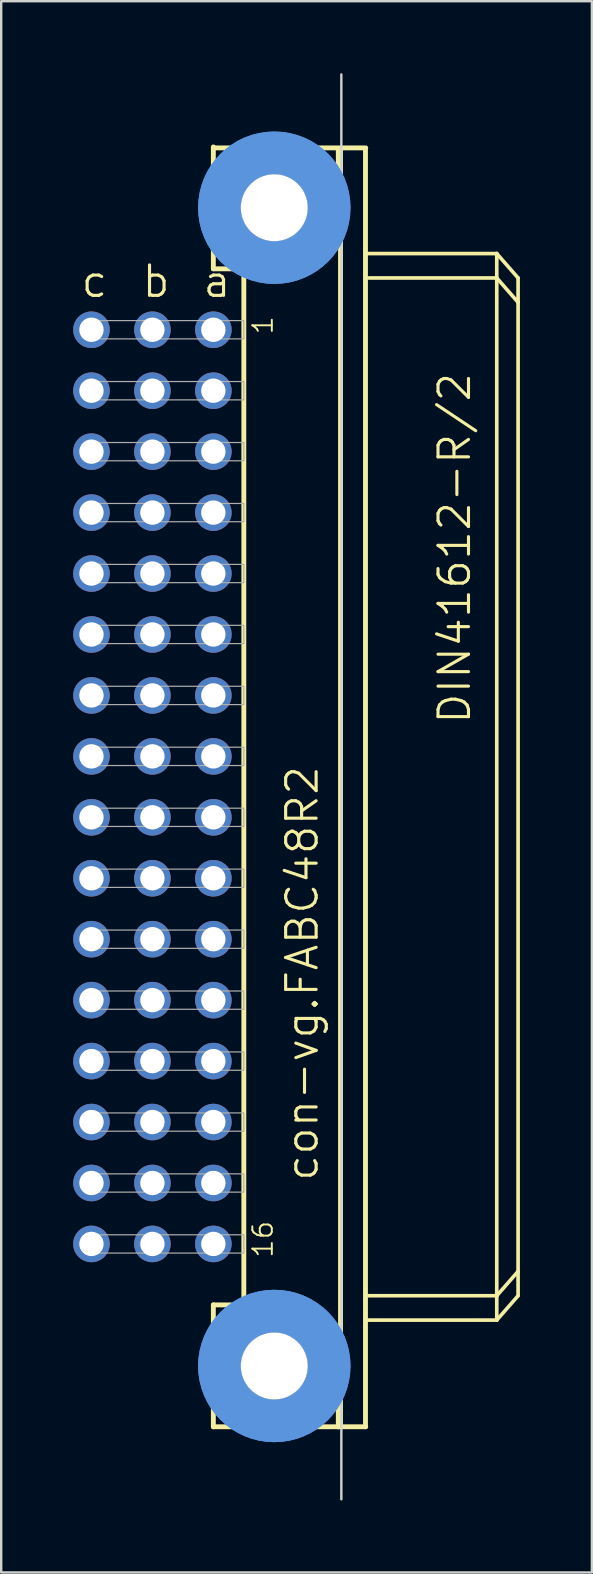
<source format=kicad_pcb>
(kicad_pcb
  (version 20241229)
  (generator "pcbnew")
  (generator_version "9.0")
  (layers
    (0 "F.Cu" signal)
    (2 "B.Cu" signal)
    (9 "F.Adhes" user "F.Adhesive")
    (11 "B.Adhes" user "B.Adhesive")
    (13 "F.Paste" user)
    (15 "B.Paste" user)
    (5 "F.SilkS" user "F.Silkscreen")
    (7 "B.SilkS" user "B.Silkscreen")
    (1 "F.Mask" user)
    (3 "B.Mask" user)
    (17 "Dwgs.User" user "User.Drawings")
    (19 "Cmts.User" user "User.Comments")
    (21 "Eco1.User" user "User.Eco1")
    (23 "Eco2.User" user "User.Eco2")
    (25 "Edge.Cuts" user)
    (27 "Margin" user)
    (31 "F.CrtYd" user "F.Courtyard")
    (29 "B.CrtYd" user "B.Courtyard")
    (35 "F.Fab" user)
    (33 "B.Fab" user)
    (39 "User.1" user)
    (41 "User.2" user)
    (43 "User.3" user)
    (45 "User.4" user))
  (footprint "con-vg.FABC48R2"
    (layer "F.Cu")
    (at 8.382 29.743)
    (property "Reference" "con-vg.FABC48R2" (at 1.905 16.51 90) (layer "F.SilkS") (effects (font (size 1.27 1.27) (thickness 0.13)) (justify left bottom)))
    (attr through_hole)
    (fp_line (start -2.54 -26.67) (end -2.54 -26.63) (stroke (width 0.203) (type default)) (layer "F.SilkS"))
    (fp_line (start -2.54 -26.63) (end -2.54 -21.59) (stroke (width 0.203) (type default)) (layer "F.SilkS"))
    (fp_line (start -2.54 -26.63) (end 3.81 -26.63) (stroke (width 0.203) (type default)) (layer "F.SilkS"))
    (fp_line (start -2.54 -21.59) (end -1.27 -21.59) (stroke (width 0.203) (type default)) (layer "F.SilkS"))
    (fp_line (start -2.54 21.59) (end -1.27 21.59) (stroke (width 0.203) (type default)) (layer "F.SilkS"))
    (fp_line (start -2.54 26.67) (end -2.54 21.59) (stroke (width 0.203) (type default)) (layer "F.SilkS"))
    (fp_line (start -2.54 26.67) (end 2.667 26.67) (stroke (width 0.203) (type default)) (layer "F.SilkS"))
    (fp_line (start -1.27 -21.59) (end -1.27 21.59) (stroke (width 0.203) (type default)) (layer "F.SilkS"))
    (fp_line (start -1.27 -21.59) (end 1.27 -21.59) (stroke (width 0.203) (type default)) (layer "F.SilkS"))
    (fp_line (start -1.27 21.59) (end 1.27 21.59) (stroke (width 0.203) (type default)) (layer "F.SilkS"))
    (fp_line (start 1.27 -21.59) (end 2.667 -22.86) (stroke (width 0.203) (type default)) (layer "F.SilkS"))
    (fp_line (start 1.27 21.59) (end 2.667 22.86) (stroke (width 0.203) (type default)) (layer "F.SilkS"))
    (fp_line (start 2.667 -22.86) (end 2.667 -26.543) (stroke (width 0.203) (type default)) (layer "F.SilkS"))
    (fp_line (start 2.667 22.86) (end 2.667 26.67) (stroke (width 0.203) (type default)) (layer "F.SilkS"))
    (fp_line (start 2.667 26.67) (end 3.81 26.67) (stroke (width 0.203) (type default)) (layer "F.SilkS"))
    (fp_line (start 2.76 -26.54) (end 2.76 26.667) (stroke (width 0.203) (type default)) (layer "F.SilkS"))
    (fp_line (start 3.8 26.667) (end 3.8 -26.54) (stroke (width 0.203) (type default)) (layer "F.SilkS"))
    (fp_line (start 3.81 -22.225) (end 9.271 -22.225) (stroke (width 0.152) (type default)) (layer "F.SilkS"))
    (fp_line (start 3.937 21.209) (end 9.271 21.209) (stroke (width 0.152) (type default)) (layer "F.SilkS"))
    (fp_line (start 9.271 -21.209) (end 3.937 -21.209) (stroke (width 0.152) (type default)) (layer "F.SilkS"))
    (fp_line (start 9.271 -21.209) (end 9.271 -22.225) (stroke (width 0.152) (type default)) (layer "F.SilkS"))
    (fp_line (start 9.271 21.209) (end 9.271 -21.209) (stroke (width 0.152) (type default)) (layer "F.SilkS"))
    (fp_line (start 9.271 21.209) (end 10.16 20.193) (stroke (width 0.152) (type default)) (layer "F.SilkS"))
    (fp_line (start 9.271 22.225) (end 3.81 22.225) (stroke (width 0.152) (type default)) (layer "F.SilkS"))
    (fp_line (start 9.271 22.225) (end 9.271 21.209) (stroke (width 0.152) (type default)) (layer "F.SilkS"))
    (fp_line (start 9.271 22.225) (end 10.16 21.209) (stroke (width 0.152) (type default)) (layer "F.SilkS"))
    (fp_line (start 10.16 -21.209) (end 9.271 -22.225) (stroke (width 0.152) (type default)) (layer "F.SilkS"))
    (fp_line (start 10.16 -20.193) (end 9.271 -21.209) (stroke (width 0.152) (type default)) (layer "F.SilkS"))
    (fp_line (start 10.16 -20.193) (end 10.16 -21.209) (stroke (width 0.152) (type default)) (layer "F.SilkS"))
    (fp_line (start 10.16 20.193) (end 10.16 -20.193) (stroke (width 0.152) (type default)) (layer "F.SilkS"))
    (fp_line (start 10.16 21.209) (end 10.16 20.193) (stroke (width 0.152) (type default)) (layer "F.SilkS"))
    (fp_circle (center 0 -24.136) (end 1.27 -24.136) (stroke (width 0.152) (type default)) (fill no) (layer "F.SilkS"))
    (fp_circle (center 0 24.136) (end 1.27 24.136) (stroke (width 0.152) (type default)) (fill no) (layer "F.SilkS"))
    (fp_circle (center 0 -24.136) (end 2.286 -24.136) (stroke (width 1.778) (type default)) (fill no) (layer "Cmts.User"))
    (fp_circle (center 0 -24.136) (end 2.286 -24.136) (stroke (width 1.778) (type default)) (fill no) (layer "Cmts.User"))
    (fp_circle (center 0 24.136) (end 2.286 24.136) (stroke (width 1.778) (type default)) (fill no) (layer "Cmts.User"))
    (fp_circle (center 0 24.136) (end 2.286 24.136) (stroke (width 1.778) (type default)) (fill no) (layer "Cmts.User"))
    (fp_line (start 2.794 29.693) (end 2.794 -29.693) (stroke (width 0.1) (type default)) (layer "Edge.Cuts"))
    (fp_rect (start -7.874 -18.669) (end -1.27 -19.431) (stroke (width 0.05) (type default)) (fill no) (layer "F.Fab"))
    (fp_rect (start -7.874 -16.129) (end -1.27 -16.891) (stroke (width 0.05) (type default)) (fill no) (layer "F.Fab"))
    (fp_rect (start -7.874 -13.589) (end -1.27 -14.351) (stroke (width 0.05) (type default)) (fill no) (layer "F.Fab"))
    (fp_rect (start -7.874 -11.049) (end -1.27 -11.811) (stroke (width 0.05) (type default)) (fill no) (layer "F.Fab"))
    (fp_rect (start -7.874 -8.509) (end -1.27 -9.271) (stroke (width 0.05) (type default)) (fill no) (layer "F.Fab"))
    (fp_rect (start -7.874 -5.969) (end -1.27 -6.731) (stroke (width 0.05) (type default)) (fill no) (layer "F.Fab"))
    (fp_rect (start -7.874 -3.429) (end -1.27 -4.191) (stroke (width 0.05) (type default)) (fill no) (layer "F.Fab"))
    (fp_rect (start -7.874 -0.889) (end -1.27 -1.651) (stroke (width 0.05) (type default)) (fill no) (layer "F.Fab"))
    (fp_rect (start -7.874 1.651) (end -1.27 0.889) (stroke (width 0.05) (type default)) (fill no) (layer "F.Fab"))
    (fp_rect (start -7.874 4.191) (end -1.27 3.429) (stroke (width 0.05) (type default)) (fill no) (layer "F.Fab"))
    (fp_rect (start -7.874 6.731) (end -1.27 5.969) (stroke (width 0.05) (type default)) (fill no) (layer "F.Fab"))
    (fp_rect (start -7.874 9.271) (end -1.27 8.509) (stroke (width 0.05) (type default)) (fill no) (layer "F.Fab"))
    (fp_rect (start -7.874 11.811) (end -1.27 11.049) (stroke (width 0.05) (type default)) (fill no) (layer "F.Fab"))
    (fp_rect (start -7.874 14.351) (end -1.27 13.589) (stroke (width 0.05) (type default)) (fill no) (layer "F.Fab"))
    (fp_rect (start -7.874 16.891) (end -1.27 16.129) (stroke (width 0.05) (type default)) (fill no) (layer "F.Fab"))
    (fp_rect (start -7.874 19.431) (end -1.27 18.669) (stroke (width 0.05) (type default)) (fill no) (layer "F.Fab"))
    (fp_text user "DIN41612-R/2" (at 8.255 -2.54 90) (layer "F.SilkS") (effects (font (size 1.27 1.27) (thickness 0.13)) (justify left bottom)))
    (fp_text user "c" (at -8.128 -20.32 0) (layer "F.SilkS") (effects (font (size 1.27 1.27) (thickness 0.13)) (justify left bottom)))
    (fp_text user "a" (at -3.048 -20.32 0) (layer "F.SilkS") (effects (font (size 1.27 1.27) (thickness 0.13)) (justify left bottom)))
    (fp_text user "16" (at 0 19.685 90) (layer "F.SilkS") (effects (font (size 0.813 0.813) (thickness 0.08)) (justify left bottom)))
    (fp_text user "b" (at -5.588 -20.32 0) (layer "F.SilkS") (effects (font (size 1.27 1.27) (thickness 0.13)) (justify left bottom)))
    (fp_text user "1" (at 0 -18.796 90) (layer "F.SilkS") (effects (font (size 0.813 0.813) (thickness 0.08)) (justify left bottom)))
    (pad "" np_thru_hole circle (at 0 -24.136) (size 2.794 2.794) (drill 2.794) (layers "*.Cu" "*.Mask"))
    (pad "" np_thru_hole circle (at 0 24.136) (size 2.794 2.794) (drill 2.794) (layers "*.Cu" "*.Mask"))
    (pad "A1" thru_hole circle (at -2.54 -19.05) (size 1.524 1.524) (drill 1.016) (layers "*.Cu" "*.Mask"))
    (pad "A2" thru_hole circle (at -2.54 -16.51) (size 1.524 1.524) (drill 1.016) (layers "*.Cu" "*.Mask"))
    (pad "A3" thru_hole circle (at -2.54 -13.97) (size 1.524 1.524) (drill 1.016) (layers "*.Cu" "*.Mask"))
    (pad "A4" thru_hole circle (at -2.54 -11.43) (size 1.524 1.524) (drill 1.016) (layers "*.Cu" "*.Mask"))
    (pad "A5" thru_hole circle (at -2.54 -8.89) (size 1.524 1.524) (drill 1.016) (layers "*.Cu" "*.Mask"))
    (pad "A6" thru_hole circle (at -2.54 -6.35) (size 1.524 1.524) (drill 1.016) (layers "*.Cu" "*.Mask"))
    (pad "A7" thru_hole circle (at -2.54 -3.81) (size 1.524 1.524) (drill 1.016) (layers "*.Cu" "*.Mask"))
    (pad "A8" thru_hole circle (at -2.54 -1.27) (size 1.524 1.524) (drill 1.016) (layers "*.Cu" "*.Mask"))
    (pad "A9" thru_hole circle (at -2.54 1.27) (size 1.524 1.524) (drill 1.016) (layers "*.Cu" "*.Mask"))
    (pad "A10" thru_hole circle (at -2.54 3.81) (size 1.524 1.524) (drill 1.016) (layers "*.Cu" "*.Mask"))
    (pad "A11" thru_hole circle (at -2.54 6.35) (size 1.524 1.524) (drill 1.016) (layers "*.Cu" "*.Mask"))
    (pad "A12" thru_hole circle (at -2.54 8.89) (size 1.524 1.524) (drill 1.016) (layers "*.Cu" "*.Mask"))
    (pad "A13" thru_hole circle (at -2.54 11.43) (size 1.524 1.524) (drill 1.016) (layers "*.Cu" "*.Mask"))
    (pad "A14" thru_hole circle (at -2.54 13.97) (size 1.524 1.524) (drill 1.016) (layers "*.Cu" "*.Mask"))
    (pad "A15" thru_hole circle (at -2.54 16.51) (size 1.524 1.524) (drill 1.016) (layers "*.Cu" "*.Mask"))
    (pad "A16" thru_hole circle (at -2.54 19.05) (size 1.524 1.524) (drill 1.016) (layers "*.Cu" "*.Mask"))
    (pad "B1" thru_hole circle (at -5.08 -19.05) (size 1.524 1.524) (drill 1.016) (layers "*.Cu" "*.Mask"))
    (pad "B2" thru_hole circle (at -5.08 -16.51) (size 1.524 1.524) (drill 1.016) (layers "*.Cu" "*.Mask"))
    (pad "B3" thru_hole circle (at -5.08 -13.97) (size 1.524 1.524) (drill 1.016) (layers "*.Cu" "*.Mask"))
    (pad "B4" thru_hole circle (at -5.08 -11.43) (size 1.524 1.524) (drill 1.016) (layers "*.Cu" "*.Mask"))
    (pad "B5" thru_hole circle (at -5.08 -8.89) (size 1.524 1.524) (drill 1.016) (layers "*.Cu" "*.Mask"))
    (pad "B6" thru_hole circle (at -5.08 -6.35) (size 1.524 1.524) (drill 1.016) (layers "*.Cu" "*.Mask"))
    (pad "B7" thru_hole circle (at -5.08 -3.81) (size 1.524 1.524) (drill 1.016) (layers "*.Cu" "*.Mask"))
    (pad "B8" thru_hole circle (at -5.08 -1.27) (size 1.524 1.524) (drill 1.016) (layers "*.Cu" "*.Mask"))
    (pad "B9" thru_hole circle (at -5.08 1.27) (size 1.524 1.524) (drill 1.016) (layers "*.Cu" "*.Mask"))
    (pad "B10" thru_hole circle (at -5.08 3.81) (size 1.524 1.524) (drill 1.016) (layers "*.Cu" "*.Mask"))
    (pad "B11" thru_hole circle (at -5.08 6.35) (size 1.524 1.524) (drill 1.016) (layers "*.Cu" "*.Mask"))
    (pad "B12" thru_hole circle (at -5.08 8.89) (size 1.524 1.524) (drill 1.016) (layers "*.Cu" "*.Mask"))
    (pad "B13" thru_hole circle (at -5.08 11.43) (size 1.524 1.524) (drill 1.016) (layers "*.Cu" "*.Mask"))
    (pad "B14" thru_hole circle (at -5.08 13.97) (size 1.524 1.524) (drill 1.016) (layers "*.Cu" "*.Mask"))
    (pad "B15" thru_hole circle (at -5.08 16.51) (size 1.524 1.524) (drill 1.016) (layers "*.Cu" "*.Mask"))
    (pad "B16" thru_hole circle (at -5.08 19.05) (size 1.524 1.524) (drill 1.016) (layers "*.Cu" "*.Mask"))
    (pad "C1" thru_hole circle (at -7.62 -19.05) (size 1.524 1.524) (drill 1.016) (layers "*.Cu" "*.Mask"))
    (pad "C2" thru_hole circle (at -7.62 -16.51) (size 1.524 1.524) (drill 1.016) (layers "*.Cu" "*.Mask"))
    (pad "C3" thru_hole circle (at -7.62 -13.97) (size 1.524 1.524) (drill 1.016) (layers "*.Cu" "*.Mask"))
    (pad "C4" thru_hole circle (at -7.62 -11.43) (size 1.524 1.524) (drill 1.016) (layers "*.Cu" "*.Mask"))
    (pad "C5" thru_hole circle (at -7.62 -8.89) (size 1.524 1.524) (drill 1.016) (layers "*.Cu" "*.Mask"))
    (pad "C6" thru_hole circle (at -7.62 -6.35) (size 1.524 1.524) (drill 1.016) (layers "*.Cu" "*.Mask"))
    (pad "C7" thru_hole circle (at -7.62 -3.81) (size 1.524 1.524) (drill 1.016) (layers "*.Cu" "*.Mask"))
    (pad "C8" thru_hole circle (at -7.62 -1.27) (size 1.524 1.524) (drill 1.016) (layers "*.Cu" "*.Mask"))
    (pad "C9" thru_hole circle (at -7.62 1.27) (size 1.524 1.524) (drill 1.016) (layers "*.Cu" "*.Mask"))
    (pad "C10" thru_hole circle (at -7.62 3.81) (size 1.524 1.524) (drill 1.016) (layers "*.Cu" "*.Mask"))
    (pad "C11" thru_hole circle (at -7.62 6.35) (size 1.524 1.524) (drill 1.016) (layers "*.Cu" "*.Mask"))
    (pad "C12" thru_hole circle (at -7.62 8.89) (size 1.524 1.524) (drill 1.016) (layers "*.Cu" "*.Mask"))
    (pad "C13" thru_hole circle (at -7.62 11.43) (size 1.524 1.524) (drill 1.016) (layers "*.Cu" "*.Mask"))
    (pad "C14" thru_hole circle (at -7.62 13.97) (size 1.524 1.524) (drill 1.016) (layers "*.Cu" "*.Mask"))
    (pad "C15" thru_hole circle (at -7.62 16.51) (size 1.524 1.524) (drill 1.016) (layers "*.Cu" "*.Mask"))
    (pad "C16" thru_hole circle (at -7.62 19.05) (size 1.524 1.524) (drill 1.016) (layers "*.Cu" "*.Mask")))
  (gr_rect
    (start -3 -3)
    (end 21.618 62.485)
    (stroke (width 0.1) (type default))
    (fill no)
    (layer "Edge.Cuts")))
</source>
